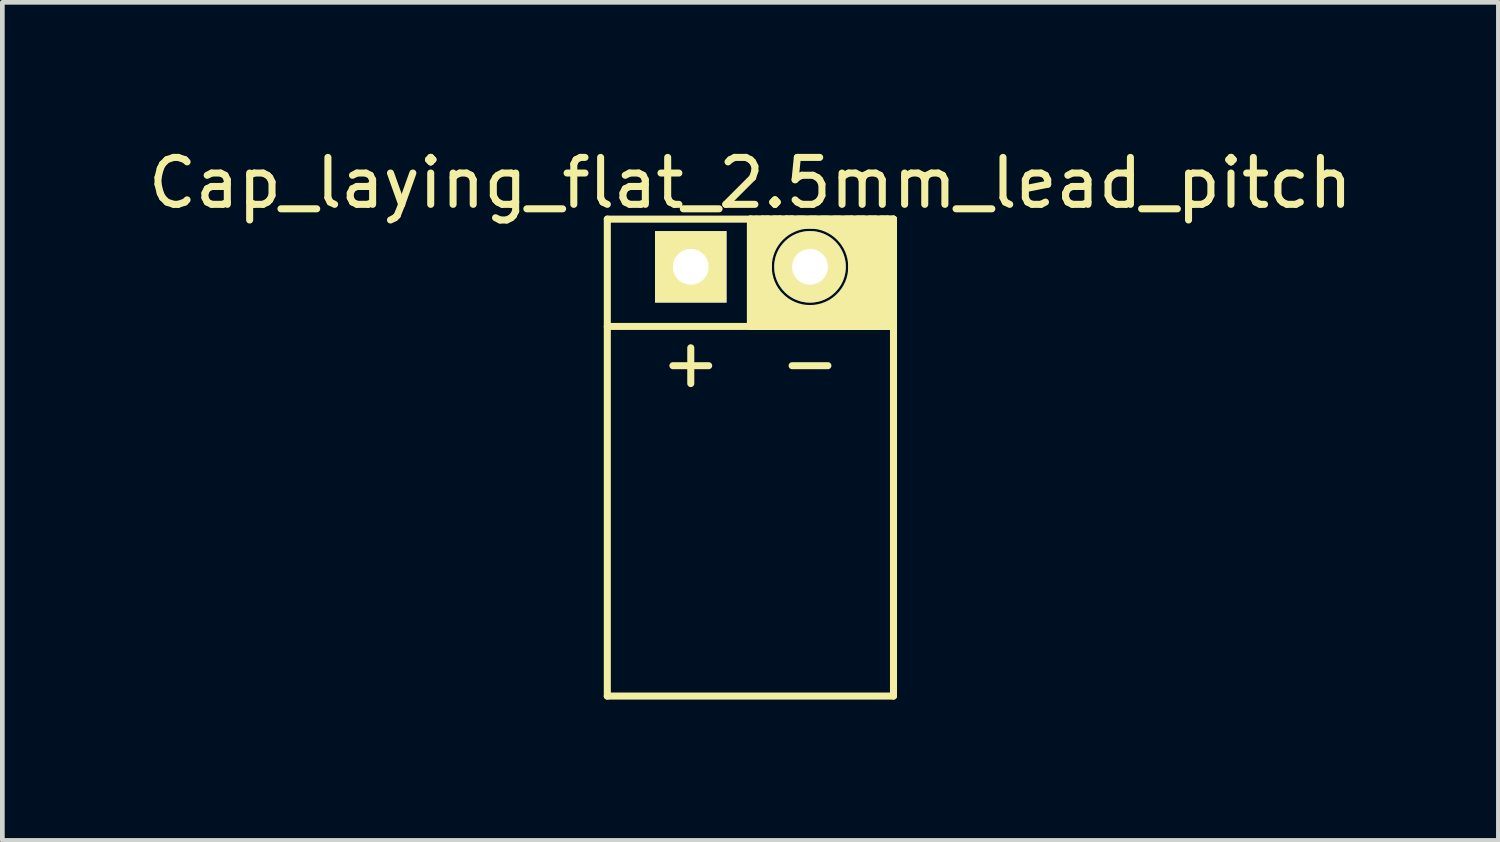
<source format=kicad_pcb>
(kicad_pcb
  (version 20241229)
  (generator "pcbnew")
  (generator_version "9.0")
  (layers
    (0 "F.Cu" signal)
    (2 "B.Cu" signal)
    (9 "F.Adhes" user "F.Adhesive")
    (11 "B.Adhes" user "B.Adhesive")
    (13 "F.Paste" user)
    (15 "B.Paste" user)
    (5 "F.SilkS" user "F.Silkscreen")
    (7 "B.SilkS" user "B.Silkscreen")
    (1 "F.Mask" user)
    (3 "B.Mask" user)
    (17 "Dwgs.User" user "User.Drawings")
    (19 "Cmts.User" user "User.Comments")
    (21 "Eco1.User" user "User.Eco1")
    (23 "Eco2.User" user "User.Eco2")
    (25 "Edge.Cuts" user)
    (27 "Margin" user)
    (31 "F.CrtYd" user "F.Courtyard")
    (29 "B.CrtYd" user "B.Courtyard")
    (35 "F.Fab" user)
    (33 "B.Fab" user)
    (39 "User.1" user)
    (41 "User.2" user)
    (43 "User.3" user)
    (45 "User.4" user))
  (footprint "Cap_laying_flat_2.5mm_lead_pitch"
    (layer "F.Cu")
    (at 12.935 0.348)
    (property "Reference" "Cap_laying_flat_2.5mm_lead_pitch" (at 0 0.5 0) (layer "F.SilkS") (effects (font (size 1 1) (thickness 0.15))))
    (attr through_hole)
    (fp_line (start -3.048 1.27) (end 0 1.27) (stroke (width 0.15) (type solid)) (layer "F.SilkS"))
    (fp_line (start -3.048 3.556) (end 3.048 3.556) (stroke (width 0.15) (type solid)) (layer "F.SilkS"))
    (fp_line (start -3.048 11.43) (end -3.048 1.27) (stroke (width 0.15) (type solid)) (layer "F.SilkS"))
    (fp_line (start 0 1.27) (end 0 3.556) (stroke (width 0.15) (type solid)) (layer "F.SilkS"))
    (fp_line (start 0 1.27) (end 3.048 1.27) (stroke (width 0.15) (type solid)) (layer "F.SilkS"))
    (fp_line (start 0 3.556) (end 3.048 3.556) (stroke (width 0.15) (type solid)) (layer "F.SilkS"))
    (fp_line (start 0.127 1.27) (end 0.127 3.556) (stroke (width 0.15) (type solid)) (layer "F.SilkS"))
    (fp_line (start 0.127 3.556) (end 0.254 3.556) (stroke (width 0.15) (type solid)) (layer "F.SilkS"))
    (fp_line (start 0.254 1.27) (end 0.381 1.27) (stroke (width 0.15) (type solid)) (layer "F.SilkS"))
    (fp_line (start 0.254 3.556) (end 0.254 1.27) (stroke (width 0.15) (type solid)) (layer "F.SilkS"))
    (fp_line (start 0.381 1.27) (end 0.381 3.556) (stroke (width 0.15) (type solid)) (layer "F.SilkS"))
    (fp_line (start 0.381 3.556) (end 0.508 3.556) (stroke (width 0.15) (type solid)) (layer "F.SilkS"))
    (fp_line (start 0.508 1.27) (end 0.508 1.778) (stroke (width 0.15) (type solid)) (layer "F.SilkS"))
    (fp_line (start 0.508 1.27) (end 0.635 1.27) (stroke (width 0.15) (type solid)) (layer "F.SilkS"))
    (fp_line (start 0.508 1.778) (end 0.635 1.524) (stroke (width 0.15) (type solid)) (layer "F.SilkS"))
    (fp_line (start 0.508 3.556) (end 0.508 2.794) (stroke (width 0.15) (type solid)) (layer "F.SilkS"))
    (fp_line (start 0.635 1.27) (end 0.762 1.524) (stroke (width 0.15) (type solid)) (layer "F.SilkS"))
    (fp_line (start 0.635 1.524) (end 0.635 1.27) (stroke (width 0.15) (type solid)) (layer "F.SilkS"))
    (fp_line (start 0.635 2.921) (end 0.635 3.556) (stroke (width 0.15) (type solid)) (layer "F.SilkS"))
    (fp_line (start 0.635 3.556) (end 0.508 3.556) (stroke (width 0.15) (type solid)) (layer "F.SilkS"))
    (fp_line (start 0.635 3.556) (end 0.762 3.556) (stroke (width 0.15) (type solid)) (layer "F.SilkS"))
    (fp_line (start 0.762 1.27) (end 0.889 1.27) (stroke (width 0.15) (type solid)) (layer "F.SilkS"))
    (fp_line (start 0.762 1.27) (end 0.889 1.397) (stroke (width 0.15) (type solid)) (layer "F.SilkS"))
    (fp_line (start 0.762 1.524) (end 0.762 1.27) (stroke (width 0.15) (type solid)) (layer "F.SilkS"))
    (fp_line (start 0.762 3.048) (end 0.635 2.921) (stroke (width 0.15) (type solid)) (layer "F.SilkS"))
    (fp_line (start 0.762 3.556) (end 0.762 3.048) (stroke (width 0.15) (type solid)) (layer "F.SilkS"))
    (fp_line (start 0.889 1.27) (end 1.016 1.397) (stroke (width 0.15) (type solid)) (layer "F.SilkS"))
    (fp_line (start 0.889 1.397) (end 0.889 1.27) (stroke (width 0.15) (type solid)) (layer "F.SilkS"))
    (fp_line (start 0.889 3.175) (end 0.889 3.556) (stroke (width 0.15) (type solid)) (layer "F.SilkS"))
    (fp_line (start 0.889 3.556) (end 0.762 3.556) (stroke (width 0.15) (type solid)) (layer "F.SilkS"))
    (fp_line (start 0.889 3.556) (end 1.016 3.556) (stroke (width 0.15) (type solid)) (layer "F.SilkS"))
    (fp_line (start 1.016 1.27) (end 1.143 1.27) (stroke (width 0.15) (type solid)) (layer "F.SilkS"))
    (fp_line (start 1.016 1.397) (end 2.159 1.397) (stroke (width 0.15) (type solid)) (layer "F.SilkS"))
    (fp_line (start 1.016 3.175) (end 0.889 3.175) (stroke (width 0.15) (type solid)) (layer "F.SilkS"))
    (fp_line (start 1.016 3.556) (end 1.016 3.175) (stroke (width 0.15) (type solid)) (layer "F.SilkS"))
    (fp_line (start 1.143 3.175) (end 1.143 3.556) (stroke (width 0.15) (type solid)) (layer "F.SilkS"))
    (fp_line (start 1.143 3.556) (end 1.016 3.556) (stroke (width 0.15) (type solid)) (layer "F.SilkS"))
    (fp_line (start 1.143 3.556) (end 1.27 3.556) (stroke (width 0.15) (type solid)) (layer "F.SilkS"))
    (fp_line (start 1.27 1.27) (end 1.397 1.27) (stroke (width 0.15) (type solid)) (layer "F.SilkS"))
    (fp_line (start 1.27 3.175) (end 1.143 3.175) (stroke (width 0.15) (type solid)) (layer "F.SilkS"))
    (fp_line (start 1.27 3.556) (end 1.27 3.175) (stroke (width 0.15) (type solid)) (layer "F.SilkS"))
    (fp_line (start 1.397 3.175) (end 1.397 3.556) (stroke (width 0.15) (type solid)) (layer "F.SilkS"))
    (fp_line (start 1.397 3.556) (end 1.27 3.556) (stroke (width 0.15) (type solid)) (layer "F.SilkS"))
    (fp_line (start 1.397 3.556) (end 1.524 3.556) (stroke (width 0.15) (type solid)) (layer "F.SilkS"))
    (fp_line (start 1.524 1.27) (end 1.651 1.27) (stroke (width 0.15) (type solid)) (layer "F.SilkS"))
    (fp_line (start 1.524 3.175) (end 1.397 3.175) (stroke (width 0.15) (type solid)) (layer "F.SilkS"))
    (fp_line (start 1.524 3.556) (end 1.524 3.175) (stroke (width 0.15) (type solid)) (layer "F.SilkS"))
    (fp_line (start 1.651 3.175) (end 1.651 3.556) (stroke (width 0.15) (type solid)) (layer "F.SilkS"))
    (fp_line (start 1.651 3.556) (end 1.524 3.556) (stroke (width 0.15) (type solid)) (layer "F.SilkS"))
    (fp_line (start 1.651 3.556) (end 1.778 3.556) (stroke (width 0.15) (type solid)) (layer "F.SilkS"))
    (fp_line (start 1.778 1.27) (end 1.905 1.27) (stroke (width 0.15) (type solid)) (layer "F.SilkS"))
    (fp_line (start 1.778 1.524) (end 2.159 1.651) (stroke (width 0.15) (type solid)) (layer "F.SilkS"))
    (fp_line (start 1.778 3.048) (end 1.651 3.175) (stroke (width 0.15) (type solid)) (layer "F.SilkS"))
    (fp_line (start 1.778 3.556) (end 1.778 3.048) (stroke (width 0.15) (type solid)) (layer "F.SilkS"))
    (fp_line (start 1.905 1.651) (end 2.032 1.778) (stroke (width 0.15) (type solid)) (layer "F.SilkS"))
    (fp_line (start 1.905 2.921) (end 1.905 3.556) (stroke (width 0.15) (type solid)) (layer "F.SilkS"))
    (fp_line (start 1.905 3.556) (end 1.778 3.556) (stroke (width 0.15) (type solid)) (layer "F.SilkS"))
    (fp_line (start 1.905 3.556) (end 2.032 3.556) (stroke (width 0.15) (type solid)) (layer "F.SilkS"))
    (fp_line (start 2.032 1.27) (end 2.159 1.27) (stroke (width 0.15) (type solid)) (layer "F.SilkS"))
    (fp_line (start 2.032 1.778) (end 2.159 1.778) (stroke (width 0.15) (type solid)) (layer "F.SilkS"))
    (fp_line (start 2.032 2.794) (end 1.905 2.921) (stroke (width 0.15) (type solid)) (layer "F.SilkS"))
    (fp_line (start 2.032 3.556) (end 2.032 2.794) (stroke (width 0.15) (type solid)) (layer "F.SilkS"))
    (fp_line (start 2.159 1.27) (end 2.159 3.556) (stroke (width 0.15) (type solid)) (layer "F.SilkS"))
    (fp_line (start 2.159 1.397) (end 2.159 1.524) (stroke (width 0.15) (type solid)) (layer "F.SilkS"))
    (fp_line (start 2.159 1.524) (end 1.778 1.524) (stroke (width 0.15) (type solid)) (layer "F.SilkS"))
    (fp_line (start 2.159 1.651) (end 1.905 1.651) (stroke (width 0.15) (type solid)) (layer "F.SilkS"))
    (fp_line (start 2.159 2.794) (end 2.159 3.556) (stroke (width 0.15) (type solid)) (layer "F.SilkS"))
    (fp_line (start 2.159 3.556) (end 2.032 3.556) (stroke (width 0.15) (type solid)) (layer "F.SilkS"))
    (fp_line (start 2.159 3.556) (end 2.286 3.556) (stroke (width 0.15) (type solid)) (layer "F.SilkS"))
    (fp_line (start 2.286 1.27) (end 2.413 1.27) (stroke (width 0.15) (type solid)) (layer "F.SilkS"))
    (fp_line (start 2.286 3.556) (end 2.286 1.27) (stroke (width 0.15) (type solid)) (layer "F.SilkS"))
    (fp_line (start 2.413 1.27) (end 2.413 3.556) (stroke (width 0.15) (type solid)) (layer "F.SilkS"))
    (fp_line (start 2.413 3.556) (end 2.54 3.556) (stroke (width 0.15) (type solid)) (layer "F.SilkS"))
    (fp_line (start 2.54 1.27) (end 2.667 1.27) (stroke (width 0.15) (type solid)) (layer "F.SilkS"))
    (fp_line (start 2.54 3.556) (end 2.54 1.27) (stroke (width 0.15) (type solid)) (layer "F.SilkS"))
    (fp_line (start 2.667 1.27) (end 2.667 3.556) (stroke (width 0.15) (type solid)) (layer "F.SilkS"))
    (fp_line (start 2.667 3.556) (end 2.794 3.556) (stroke (width 0.15) (type solid)) (layer "F.SilkS"))
    (fp_line (start 2.794 1.27) (end 2.921 1.27) (stroke (width 0.15) (type solid)) (layer "F.SilkS"))
    (fp_line (start 2.794 3.556) (end 2.794 1.27) (stroke (width 0.15) (type solid)) (layer "F.SilkS"))
    (fp_line (start 2.921 1.27) (end 2.921 3.556) (stroke (width 0.15) (type solid)) (layer "F.SilkS"))
    (fp_line (start 3.048 1.27) (end 0 1.27) (stroke (width 0.15) (type solid)) (layer "F.SilkS"))
    (fp_line (start 3.048 1.27) (end 3.048 11.43) (stroke (width 0.15) (type solid)) (layer "F.SilkS"))
    (fp_line (start 3.048 3.556) (end 3.048 1.27) (stroke (width 0.15) (type solid)) (layer "F.SilkS"))
    (fp_line (start 3.048 11.43) (end -3.048 11.43) (stroke (width 0.15) (type solid)) (layer "F.SilkS"))
    (fp_circle (center 1.27 2.286) (end 0.381 2.286) (stroke (width 0.15) (type solid)) (fill no) (layer "F.SilkS"))
    (fp_text user "+" (at -1.27 4.318 0) (layer "F.SilkS") (effects (font (size 1 1) (thickness 0.15))))
    (fp_text user "-" (at 1.27 4.318 0) (layer "F.SilkS") (effects (font (size 1 1) (thickness 0.15))))
    (pad "1" thru_hole rect (at -1.27 2.286) (size 1.524 1.524) (drill 0.762) (layers "*.Cu" "*.Mask" "F.SilkS"))
    (pad "2" thru_hole circle (at 1.27 2.286) (size 1.524 1.524) (drill 0.762) (layers "*.Cu" "*.Mask" "F.SilkS")))
  (gr_rect
    (start -3 -3)
    (end 28.869 14.853)
    (stroke (width 0.1) (type default))
    (fill no)
    (layer "Edge.Cuts")))
</source>
